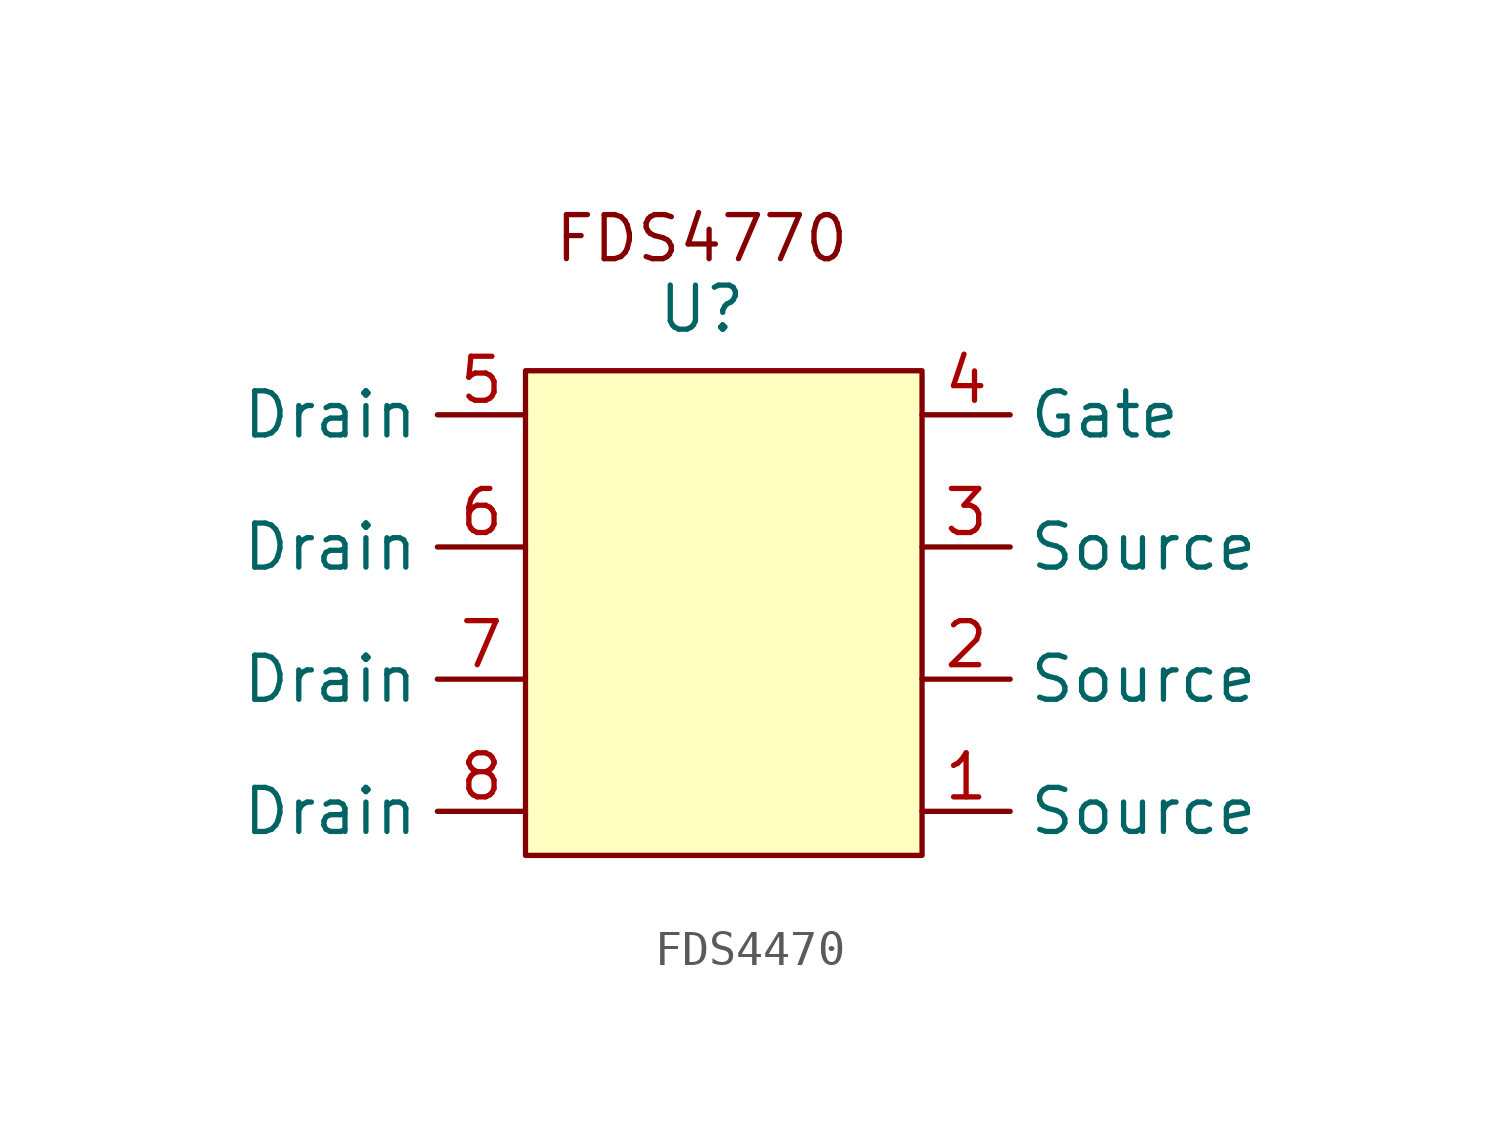
<source format=kicad_sym>
(kicad_symbol_lib
  (version 20231120)
  (generator "kicad_symbol_editor")
  (generator_version "8.0")
  (symbol "FDS4470"
    (property "Reference" "U"
      (at 0 4.318 0)
      (effects (font (size 1.27 1.27))))
    (property "Value" ""
      (at 0 4.318 0)
      (effects (font (size 1.27 1.27))))
    (symbol "FDS4470_1_1"
      (rectangle (start -5.08 2.54) (end 6.35 -11.43) (stroke (width 0) (type default)) (fill (type background)))
      (text "FDS4770" (at 0 6.35 0) (effects (font (size 1.27 1.27))))
      (pin output line (at 6.35 -10.16 0) (length 2.54) (name "Source" (effects (font (size 1.27 1.27)))) (number "1" (effects (font (size 1.27 1.27)))))
      (pin output line (at 6.35 -6.35 0) (length 2.54) (name "Source" (effects (font (size 1.27 1.27)))) (number "2" (effects (font (size 1.27 1.27)))))
      (pin output line (at 6.35 -2.54 0) (length 2.54) (name "Source" (effects (font (size 1.27 1.27)))) (number "3" (effects (font (size 1.27 1.27)))))
      (pin output line (at 6.35 1.27 0) (length 2.54) (name "Gate" (effects (font (size 1.27 1.27)))) (number "4" (effects (font (size 1.27 1.27)))))
      (pin input line (at -5.08 1.27 180) (length 2.54) (name "Drain" (effects (font (size 1.27 1.27)))) (number "5" (effects (font (size 1.27 1.27)))))
      (pin input line (at -5.08 -2.54 180) (length 2.54) (name "Drain" (effects (font (size 1.27 1.27)))) (number "6" (effects (font (size 1.27 1.27)))))
      (pin input line (at -5.08 -6.35 180) (length 2.54) (name "Drain" (effects (font (size 1.27 1.27)))) (number "7" (effects (font (size 1.27 1.27)))))
      (pin input line (at -5.08 -10.16 180) (length 2.54) (name "Drain" (effects (font (size 1.27 1.27)))) (number "8" (effects (font (size 1.27 1.27))))))))
</source>
